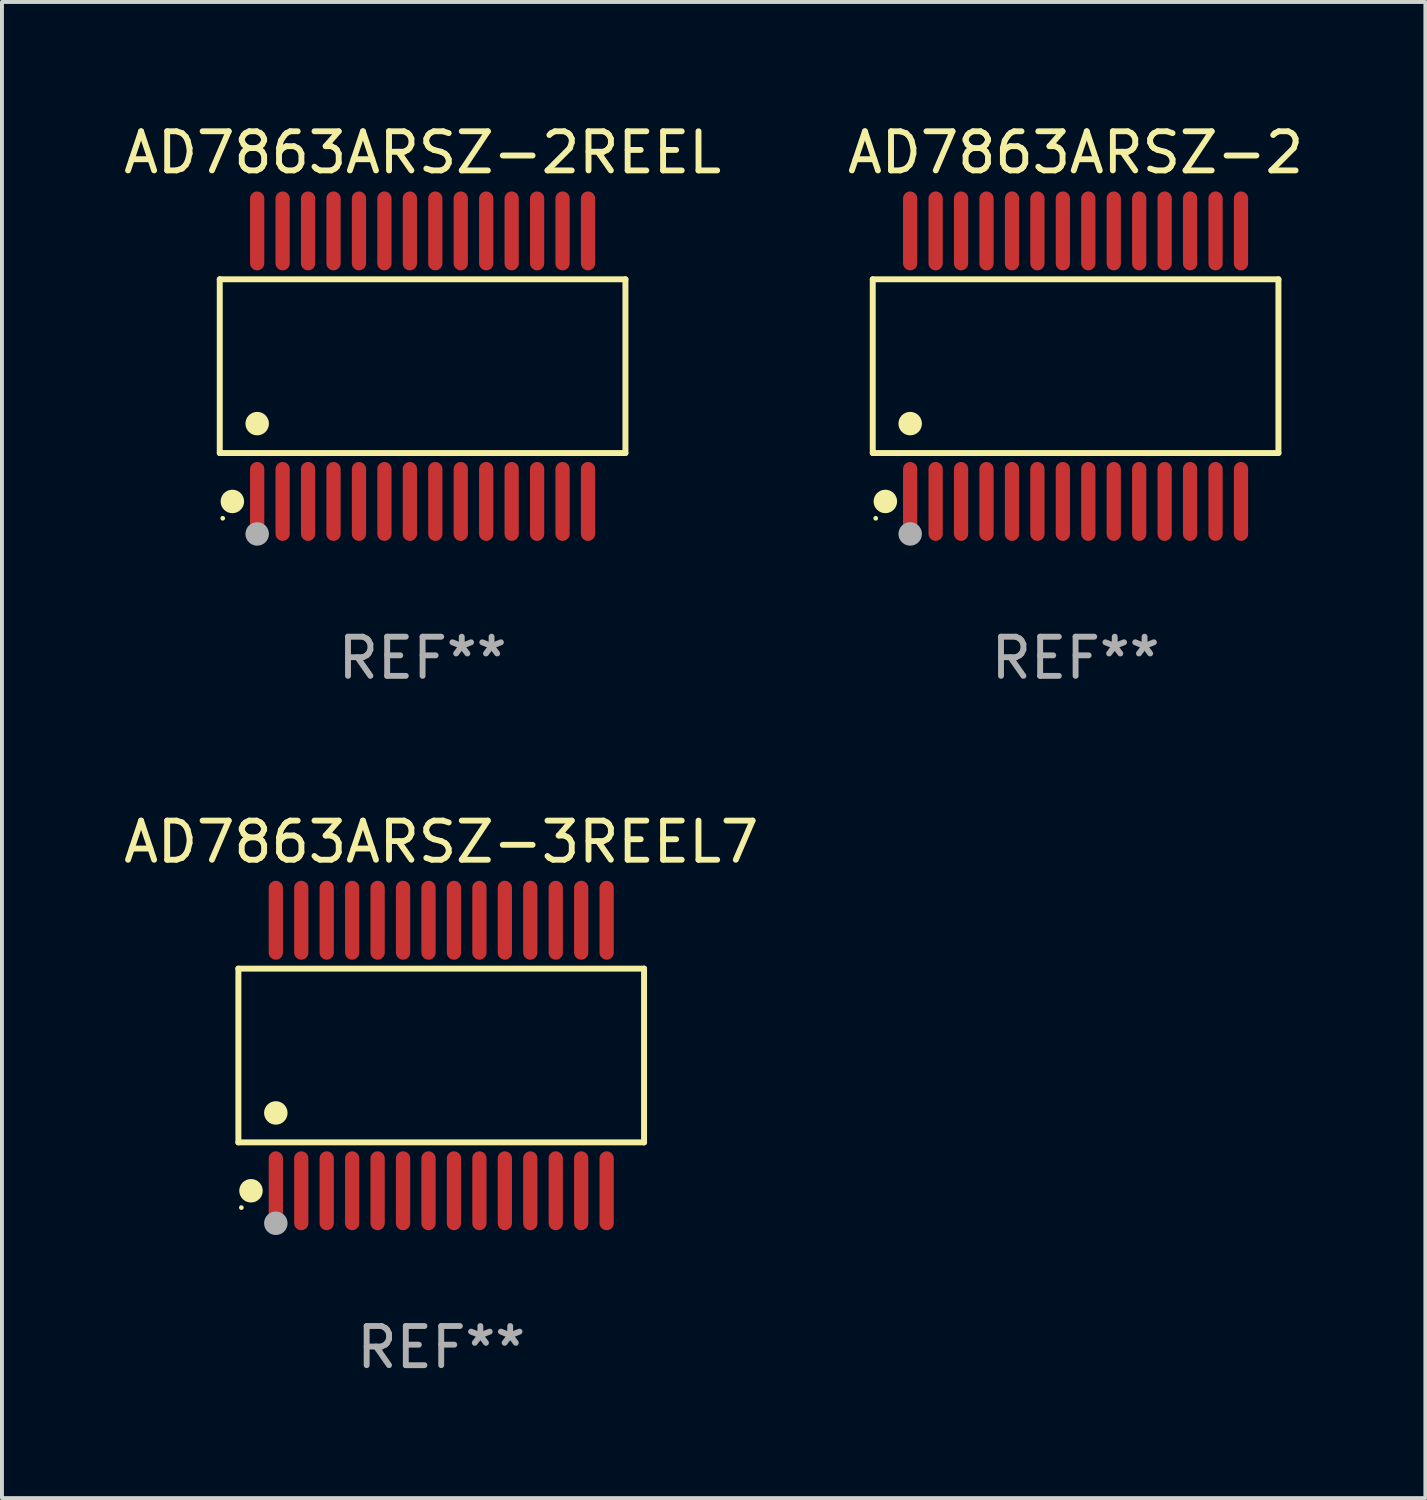
<source format=kicad_pcb>
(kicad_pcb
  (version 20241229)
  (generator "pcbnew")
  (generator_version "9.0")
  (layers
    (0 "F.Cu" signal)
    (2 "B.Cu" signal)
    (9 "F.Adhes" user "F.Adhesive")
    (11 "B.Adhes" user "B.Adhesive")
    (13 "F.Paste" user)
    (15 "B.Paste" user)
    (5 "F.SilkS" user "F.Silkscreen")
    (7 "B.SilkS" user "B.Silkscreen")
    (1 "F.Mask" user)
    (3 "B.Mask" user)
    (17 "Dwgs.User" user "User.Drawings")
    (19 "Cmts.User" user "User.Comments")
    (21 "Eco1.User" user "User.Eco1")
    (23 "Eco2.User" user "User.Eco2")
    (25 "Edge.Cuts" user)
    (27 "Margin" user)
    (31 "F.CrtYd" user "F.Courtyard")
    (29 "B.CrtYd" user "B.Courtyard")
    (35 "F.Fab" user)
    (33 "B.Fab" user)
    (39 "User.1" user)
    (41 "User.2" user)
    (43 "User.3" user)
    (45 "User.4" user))
  (footprint "AD7863ARSZ-2"
    (layer "F.Cu")
    (at 24.423 6.303)
    (property "Reference" "AD7863ARSZ-2" (at 0 -5.455 0) (layer "F.SilkS") (effects (font (size 1 1) (thickness 0.15))))
    (attr through_hole)
    (fp_line (start -5.181 -2.219) (end 5.181 -2.219) (stroke (width 0.152) (type solid)) (layer "F.SilkS"))
    (fp_line (start -5.181 2.219) (end -5.181 -2.219) (stroke (width 0.152) (type solid)) (layer "F.SilkS"))
    (fp_line (start 5.181 -2.219) (end 5.181 2.219) (stroke (width 0.152) (type solid)) (layer "F.SilkS"))
    (fp_line (start 5.181 2.219) (end -5.181 2.219) (stroke (width 0.152) (type solid)) (layer "F.SilkS"))
    (fp_circle (center -5.105 3.885) (end -5.075 3.885) (stroke (width 0.06) (type solid)) (fill no) (layer "F.SilkS"))
    (fp_circle (center -4.859 3.455) (end -4.709 3.455) (stroke (width 0.3) (type solid)) (fill no) (layer "F.SilkS"))
    (fp_circle (center -4.225 1.467) (end -4.075 1.467) (stroke (width 0.3) (type solid)) (fill no) (layer "F.SilkS"))
    (fp_circle (center -4.225 4.285) (end -4.075 4.285) (stroke (width 0.3) (type solid)) (fill no) (layer "F.Fab"))
    (fp_text user "REF**" (at 0 7.455 0) (layer "F.Fab") (effects (font (size 1 1) (thickness 0.15))))
    (pad "1" smd oval (at -4.225 3.455) (size 0.364 2.015) (layers "F.Cu" "F.Mask" "F.Paste"))
    (pad "2" smd oval (at -3.575 3.455) (size 0.364 2.015) (layers "F.Cu" "F.Mask" "F.Paste"))
    (pad "3" smd oval (at -2.925 3.455) (size 0.364 2.015) (layers "F.Cu" "F.Mask" "F.Paste"))
    (pad "4" smd oval (at -2.275 3.455) (size 0.364 2.015) (layers "F.Cu" "F.Mask" "F.Paste"))
    (pad "5" smd oval (at -1.625 3.455) (size 0.364 2.015) (layers "F.Cu" "F.Mask" "F.Paste"))
    (pad "6" smd oval (at -0.975 3.455) (size 0.364 2.015) (layers "F.Cu" "F.Mask" "F.Paste"))
    (pad "7" smd oval (at -0.325 3.455) (size 0.364 2.015) (layers "F.Cu" "F.Mask" "F.Paste"))
    (pad "8" smd oval (at 0.325 3.455) (size 0.364 2.015) (layers "F.Cu" "F.Mask" "F.Paste"))
    (pad "9" smd oval (at 0.975 3.455) (size 0.364 2.015) (layers "F.Cu" "F.Mask" "F.Paste"))
    (pad "10" smd oval (at 1.625 3.455) (size 0.364 2.015) (layers "F.Cu" "F.Mask" "F.Paste"))
    (pad "11" smd oval (at 2.275 3.455) (size 0.364 2.015) (layers "F.Cu" "F.Mask" "F.Paste"))
    (pad "12" smd oval (at 2.925 3.455) (size 0.364 2.015) (layers "F.Cu" "F.Mask" "F.Paste"))
    (pad "13" smd oval (at 3.575 3.455) (size 0.364 2.015) (layers "F.Cu" "F.Mask" "F.Paste"))
    (pad "14" smd oval (at 4.225 3.455) (size 0.364 2.015) (layers "F.Cu" "F.Mask" "F.Paste"))
    (pad "15" smd oval (at 4.225 -3.455) (size 0.364 2.015) (layers "F.Cu" "F.Mask" "F.Paste"))
    (pad "16" smd oval (at 3.575 -3.455) (size 0.364 2.015) (layers "F.Cu" "F.Mask" "F.Paste"))
    (pad "17" smd oval (at 2.925 -3.455) (size 0.364 2.015) (layers "F.Cu" "F.Mask" "F.Paste"))
    (pad "18" smd oval (at 2.275 -3.455) (size 0.364 2.015) (layers "F.Cu" "F.Mask" "F.Paste"))
    (pad "19" smd oval (at 1.625 -3.455) (size 0.364 2.015) (layers "F.Cu" "F.Mask" "F.Paste"))
    (pad "20" smd oval (at 0.975 -3.455) (size 0.364 2.015) (layers "F.Cu" "F.Mask" "F.Paste"))
    (pad "21" smd oval (at 0.325 -3.455) (size 0.364 2.015) (layers "F.Cu" "F.Mask" "F.Paste"))
    (pad "22" smd oval (at -0.325 -3.455) (size 0.364 2.015) (layers "F.Cu" "F.Mask" "F.Paste"))
    (pad "23" smd oval (at -0.975 -3.455) (size 0.364 2.015) (layers "F.Cu" "F.Mask" "F.Paste"))
    (pad "24" smd oval (at -1.625 -3.455) (size 0.364 2.015) (layers "F.Cu" "F.Mask" "F.Paste"))
    (pad "25" smd oval (at -2.275 -3.455) (size 0.364 2.015) (layers "F.Cu" "F.Mask" "F.Paste"))
    (pad "26" smd oval (at -2.925 -3.455) (size 0.364 2.015) (layers "F.Cu" "F.Mask" "F.Paste"))
    (pad "27" smd oval (at -3.575 -3.455) (size 0.364 2.015) (layers "F.Cu" "F.Mask" "F.Paste"))
    (pad "28" smd oval (at -4.225 -3.455) (size 0.364 2.015) (layers "F.Cu" "F.Mask" "F.Paste")))
  (footprint "AD7863ARSZ-3REEL7"
    (layer "F.Cu")
    (at 8.22 23.91)
    (property "Reference" "AD7863ARSZ-3REEL7" (at 0 -5.455 0) (layer "F.SilkS") (effects (font (size 1 1) (thickness 0.15))))
    (attr through_hole)
    (fp_line (start -5.181 -2.219) (end 5.181 -2.219) (stroke (width 0.152) (type solid)) (layer "F.SilkS"))
    (fp_line (start -5.181 2.219) (end -5.181 -2.219) (stroke (width 0.152) (type solid)) (layer "F.SilkS"))
    (fp_line (start 5.181 -2.219) (end 5.181 2.219) (stroke (width 0.152) (type solid)) (layer "F.SilkS"))
    (fp_line (start 5.181 2.219) (end -5.181 2.219) (stroke (width 0.152) (type solid)) (layer "F.SilkS"))
    (fp_circle (center -5.105 3.885) (end -5.075 3.885) (stroke (width 0.06) (type solid)) (fill no) (layer "F.SilkS"))
    (fp_circle (center -4.859 3.455) (end -4.709 3.455) (stroke (width 0.3) (type solid)) (fill no) (layer "F.SilkS"))
    (fp_circle (center -4.225 1.467) (end -4.075 1.467) (stroke (width 0.3) (type solid)) (fill no) (layer "F.SilkS"))
    (fp_circle (center -4.225 4.285) (end -4.075 4.285) (stroke (width 0.3) (type solid)) (fill no) (layer "F.Fab"))
    (fp_text user "REF**" (at 0 7.455 0) (layer "F.Fab") (effects (font (size 1 1) (thickness 0.15))))
    (pad "1" smd oval (at -4.225 3.455) (size 0.364 2.015) (layers "F.Cu" "F.Mask" "F.Paste"))
    (pad "2" smd oval (at -3.575 3.455) (size 0.364 2.015) (layers "F.Cu" "F.Mask" "F.Paste"))
    (pad "3" smd oval (at -2.925 3.455) (size 0.364 2.015) (layers "F.Cu" "F.Mask" "F.Paste"))
    (pad "4" smd oval (at -2.275 3.455) (size 0.364 2.015) (layers "F.Cu" "F.Mask" "F.Paste"))
    (pad "5" smd oval (at -1.625 3.455) (size 0.364 2.015) (layers "F.Cu" "F.Mask" "F.Paste"))
    (pad "6" smd oval (at -0.975 3.455) (size 0.364 2.015) (layers "F.Cu" "F.Mask" "F.Paste"))
    (pad "7" smd oval (at -0.325 3.455) (size 0.364 2.015) (layers "F.Cu" "F.Mask" "F.Paste"))
    (pad "8" smd oval (at 0.325 3.455) (size 0.364 2.015) (layers "F.Cu" "F.Mask" "F.Paste"))
    (pad "9" smd oval (at 0.975 3.455) (size 0.364 2.015) (layers "F.Cu" "F.Mask" "F.Paste"))
    (pad "10" smd oval (at 1.625 3.455) (size 0.364 2.015) (layers "F.Cu" "F.Mask" "F.Paste"))
    (pad "11" smd oval (at 2.275 3.455) (size 0.364 2.015) (layers "F.Cu" "F.Mask" "F.Paste"))
    (pad "12" smd oval (at 2.925 3.455) (size 0.364 2.015) (layers "F.Cu" "F.Mask" "F.Paste"))
    (pad "13" smd oval (at 3.575 3.455) (size 0.364 2.015) (layers "F.Cu" "F.Mask" "F.Paste"))
    (pad "14" smd oval (at 4.225 3.455) (size 0.364 2.015) (layers "F.Cu" "F.Mask" "F.Paste"))
    (pad "15" smd oval (at 4.225 -3.455) (size 0.364 2.015) (layers "F.Cu" "F.Mask" "F.Paste"))
    (pad "16" smd oval (at 3.575 -3.455) (size 0.364 2.015) (layers "F.Cu" "F.Mask" "F.Paste"))
    (pad "17" smd oval (at 2.925 -3.455) (size 0.364 2.015) (layers "F.Cu" "F.Mask" "F.Paste"))
    (pad "18" smd oval (at 2.275 -3.455) (size 0.364 2.015) (layers "F.Cu" "F.Mask" "F.Paste"))
    (pad "19" smd oval (at 1.625 -3.455) (size 0.364 2.015) (layers "F.Cu" "F.Mask" "F.Paste"))
    (pad "20" smd oval (at 0.975 -3.455) (size 0.364 2.015) (layers "F.Cu" "F.Mask" "F.Paste"))
    (pad "21" smd oval (at 0.325 -3.455) (size 0.364 2.015) (layers "F.Cu" "F.Mask" "F.Paste"))
    (pad "22" smd oval (at -0.325 -3.455) (size 0.364 2.015) (layers "F.Cu" "F.Mask" "F.Paste"))
    (pad "23" smd oval (at -0.975 -3.455) (size 0.364 2.015) (layers "F.Cu" "F.Mask" "F.Paste"))
    (pad "24" smd oval (at -1.625 -3.455) (size 0.364 2.015) (layers "F.Cu" "F.Mask" "F.Paste"))
    (pad "25" smd oval (at -2.275 -3.455) (size 0.364 2.015) (layers "F.Cu" "F.Mask" "F.Paste"))
    (pad "26" smd oval (at -2.925 -3.455) (size 0.364 2.015) (layers "F.Cu" "F.Mask" "F.Paste"))
    (pad "27" smd oval (at -3.575 -3.455) (size 0.364 2.015) (layers "F.Cu" "F.Mask" "F.Paste"))
    (pad "28" smd oval (at -4.225 -3.455) (size 0.364 2.015) (layers "F.Cu" "F.Mask" "F.Paste")))
  (footprint "AD7863ARSZ-2REEL"
    (layer "F.Cu")
    (at 7.744 6.303)
    (property "Reference" "AD7863ARSZ-2REEL" (at 0 -5.455 0) (layer "F.SilkS") (effects (font (size 1 1) (thickness 0.15))))
    (attr through_hole)
    (fp_line (start -5.181 -2.219) (end 5.181 -2.219) (stroke (width 0.152) (type solid)) (layer "F.SilkS"))
    (fp_line (start -5.181 2.219) (end -5.181 -2.219) (stroke (width 0.152) (type solid)) (layer "F.SilkS"))
    (fp_line (start 5.181 -2.219) (end 5.181 2.219) (stroke (width 0.152) (type solid)) (layer "F.SilkS"))
    (fp_line (start 5.181 2.219) (end -5.181 2.219) (stroke (width 0.152) (type solid)) (layer "F.SilkS"))
    (fp_circle (center -5.105 3.885) (end -5.075 3.885) (stroke (width 0.06) (type solid)) (fill no) (layer "F.SilkS"))
    (fp_circle (center -4.859 3.455) (end -4.709 3.455) (stroke (width 0.3) (type solid)) (fill no) (layer "F.SilkS"))
    (fp_circle (center -4.225 1.467) (end -4.075 1.467) (stroke (width 0.3) (type solid)) (fill no) (layer "F.SilkS"))
    (fp_circle (center -4.225 4.285) (end -4.075 4.285) (stroke (width 0.3) (type solid)) (fill no) (layer "F.Fab"))
    (fp_text user "REF**" (at 0 7.455 0) (layer "F.Fab") (effects (font (size 1 1) (thickness 0.15))))
    (pad "1" smd oval (at -4.225 3.455) (size 0.364 2.015) (layers "F.Cu" "F.Mask" "F.Paste"))
    (pad "2" smd oval (at -3.575 3.455) (size 0.364 2.015) (layers "F.Cu" "F.Mask" "F.Paste"))
    (pad "3" smd oval (at -2.925 3.455) (size 0.364 2.015) (layers "F.Cu" "F.Mask" "F.Paste"))
    (pad "4" smd oval (at -2.275 3.455) (size 0.364 2.015) (layers "F.Cu" "F.Mask" "F.Paste"))
    (pad "5" smd oval (at -1.625 3.455) (size 0.364 2.015) (layers "F.Cu" "F.Mask" "F.Paste"))
    (pad "6" smd oval (at -0.975 3.455) (size 0.364 2.015) (layers "F.Cu" "F.Mask" "F.Paste"))
    (pad "7" smd oval (at -0.325 3.455) (size 0.364 2.015) (layers "F.Cu" "F.Mask" "F.Paste"))
    (pad "8" smd oval (at 0.325 3.455) (size 0.364 2.015) (layers "F.Cu" "F.Mask" "F.Paste"))
    (pad "9" smd oval (at 0.975 3.455) (size 0.364 2.015) (layers "F.Cu" "F.Mask" "F.Paste"))
    (pad "10" smd oval (at 1.625 3.455) (size 0.364 2.015) (layers "F.Cu" "F.Mask" "F.Paste"))
    (pad "11" smd oval (at 2.275 3.455) (size 0.364 2.015) (layers "F.Cu" "F.Mask" "F.Paste"))
    (pad "12" smd oval (at 2.925 3.455) (size 0.364 2.015) (layers "F.Cu" "F.Mask" "F.Paste"))
    (pad "13" smd oval (at 3.575 3.455) (size 0.364 2.015) (layers "F.Cu" "F.Mask" "F.Paste"))
    (pad "14" smd oval (at 4.225 3.455) (size 0.364 2.015) (layers "F.Cu" "F.Mask" "F.Paste"))
    (pad "15" smd oval (at 4.225 -3.455) (size 0.364 2.015) (layers "F.Cu" "F.Mask" "F.Paste"))
    (pad "16" smd oval (at 3.575 -3.455) (size 0.364 2.015) (layers "F.Cu" "F.Mask" "F.Paste"))
    (pad "17" smd oval (at 2.925 -3.455) (size 0.364 2.015) (layers "F.Cu" "F.Mask" "F.Paste"))
    (pad "18" smd oval (at 2.275 -3.455) (size 0.364 2.015) (layers "F.Cu" "F.Mask" "F.Paste"))
    (pad "19" smd oval (at 1.625 -3.455) (size 0.364 2.015) (layers "F.Cu" "F.Mask" "F.Paste"))
    (pad "20" smd oval (at 0.975 -3.455) (size 0.364 2.015) (layers "F.Cu" "F.Mask" "F.Paste"))
    (pad "21" smd oval (at 0.325 -3.455) (size 0.364 2.015) (layers "F.Cu" "F.Mask" "F.Paste"))
    (pad "22" smd oval (at -0.325 -3.455) (size 0.364 2.015) (layers "F.Cu" "F.Mask" "F.Paste"))
    (pad "23" smd oval (at -0.975 -3.455) (size 0.364 2.015) (layers "F.Cu" "F.Mask" "F.Paste"))
    (pad "24" smd oval (at -1.625 -3.455) (size 0.364 2.015) (layers "F.Cu" "F.Mask" "F.Paste"))
    (pad "25" smd oval (at -2.275 -3.455) (size 0.364 2.015) (layers "F.Cu" "F.Mask" "F.Paste"))
    (pad "26" smd oval (at -2.925 -3.455) (size 0.364 2.015) (layers "F.Cu" "F.Mask" "F.Paste"))
    (pad "27" smd oval (at -3.575 -3.455) (size 0.364 2.015) (layers "F.Cu" "F.Mask" "F.Paste"))
    (pad "28" smd oval (at -4.225 -3.455) (size 0.364 2.015) (layers "F.Cu" "F.Mask" "F.Paste")))
  (gr_rect
    (start -3 -3)
    (end 33.357 35.214)
    (stroke (width 0.1) (type default))
    (fill no)
    (layer "Edge.Cuts")))
</source>
